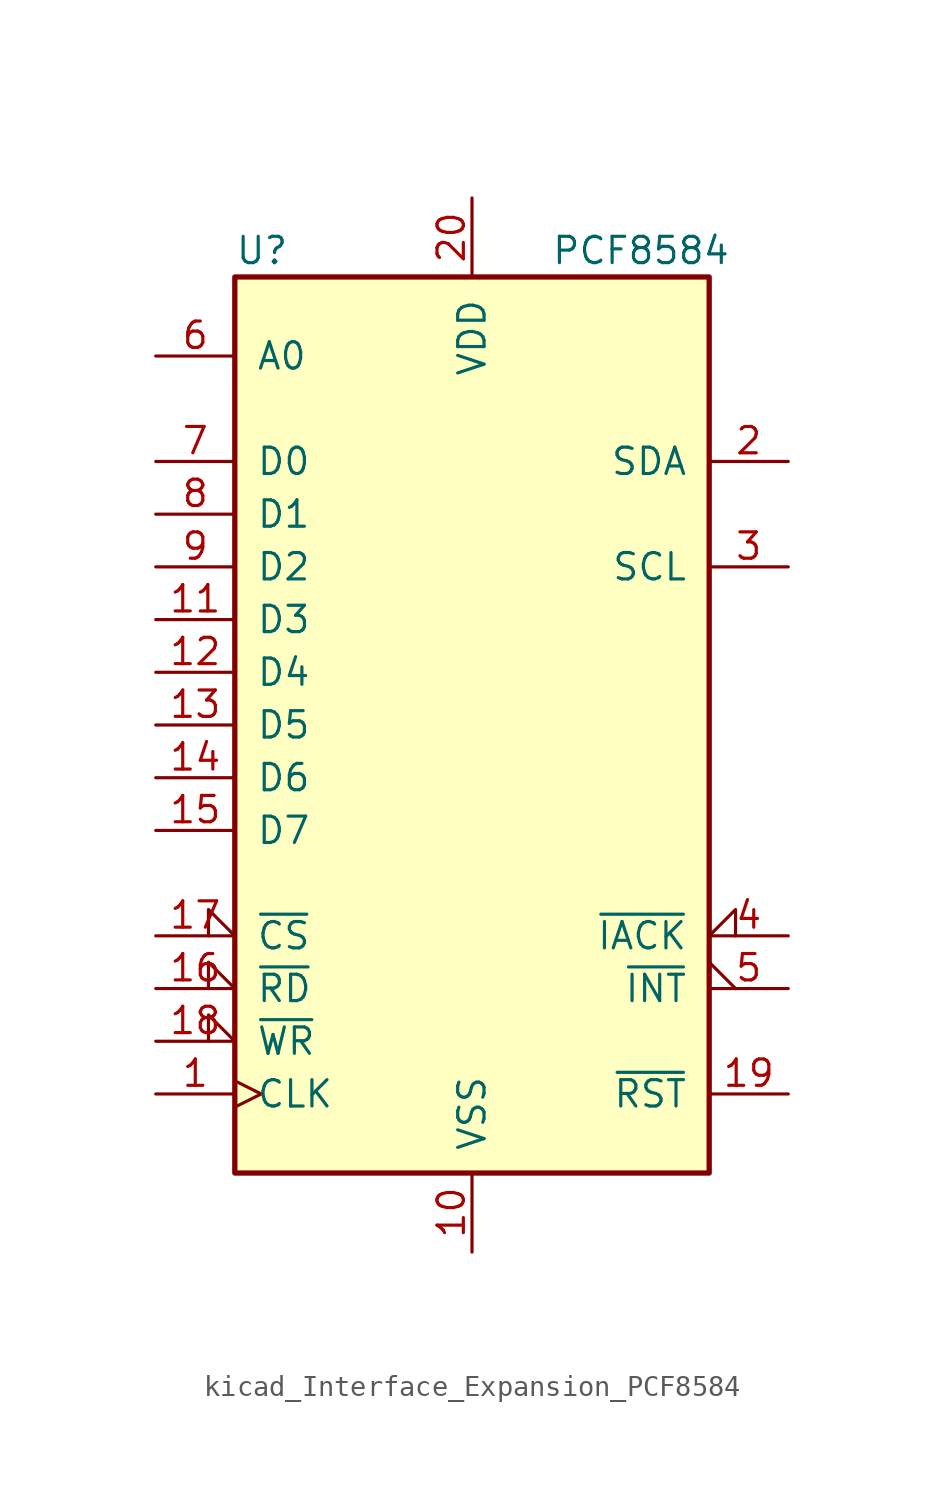
<source format=kicad_sym>
(kicad_symbol_lib
  (version 20220914)
  (generator kicad_symbol_editor)
  (symbol "kicad_Interface_Expansion_PCF8584"
    (pin_names
      (offset 1.016))
    (property "Reference" "U"
      (at -11.43 22.86 0)
      (effects (font (size 1.27 1.27)) (justify left)))
    (property "Value" "PCF8584"
      (at 3.81 22.86 0)
      (effects (font (size 1.27 1.27)) (justify left)))
    (symbol "kicad_Interface_Expansion_PCF8584_0_1"
      (rectangle (start -11.43 -21.59) (end 11.43 21.59) (stroke (width 0.254) (type default)) (fill (type background))))
    (symbol "kicad_Interface_Expansion_PCF8584_1_1"
      (pin input clock (at -15.24 -17.78 0) (length 3.81) (name "CLK" (effects (font (size 1.27 1.27)))) (number "1" (effects (font (size 1.27 1.27)))))
      (pin power_in line (at 0 -25.4 90) (length 3.81) (name "VSS" (effects (font (size 1.27 1.27)))) (number "10" (effects (font (size 1.27 1.27)))))
      (pin tri_state line (at -15.24 5.08 0) (length 3.81) (name "D3" (effects (font (size 1.27 1.27)))) (number "11" (effects (font (size 1.27 1.27)))))
      (pin tri_state line (at -15.24 2.54 0) (length 3.81) (name "D4" (effects (font (size 1.27 1.27)))) (number "12" (effects (font (size 1.27 1.27)))))
      (pin tri_state line (at -15.24 0 0) (length 3.81) (name "D5" (effects (font (size 1.27 1.27)))) (number "13" (effects (font (size 1.27 1.27)))))
      (pin tri_state line (at -15.24 -2.54 0) (length 3.81) (name "D6" (effects (font (size 1.27 1.27)))) (number "14" (effects (font (size 1.27 1.27)))))
      (pin tri_state line (at -15.24 -5.08 0) (length 3.81) (name "D7" (effects (font (size 1.27 1.27)))) (number "15" (effects (font (size 1.27 1.27)))))
      (pin passive input_low (at -15.24 -12.7 0) (length 3.81) (name "~{RD}" (effects (font (size 1.27 1.27)))) (number "16" (effects (font (size 1.27 1.27)))))
      (pin input input_low (at -15.24 -10.16 0) (length 3.81) (name "~{CS}" (effects (font (size 1.27 1.27)))) (number "17" (effects (font (size 1.27 1.27)))))
      (pin input input_low (at -15.24 -15.24 0) (length 3.81) (name "~{WR}" (effects (font (size 1.27 1.27)))) (number "18" (effects (font (size 1.27 1.27)))))
      (pin bidirectional line (at 15.24 -17.78 180) (length 3.81) (name "~{RST}" (effects (font (size 1.27 1.27)))) (number "19" (effects (font (size 1.27 1.27)))))
      (pin bidirectional line (at 15.24 12.7 180) (length 3.81) (name "SDA" (effects (font (size 1.27 1.27)))) (number "2" (effects (font (size 1.27 1.27)))))
      (pin power_in line (at 0 25.4 270) (length 3.81) (name "VDD" (effects (font (size 1.27 1.27)))) (number "20" (effects (font (size 1.27 1.27)))))
      (pin bidirectional line (at 15.24 7.62 180) (length 3.81) (name "SCL" (effects (font (size 1.27 1.27)))) (number "3" (effects (font (size 1.27 1.27)))))
      (pin input input_low (at 15.24 -10.16 180) (length 3.81) (name "~{IACK}" (effects (font (size 1.27 1.27)))) (number "4" (effects (font (size 1.27 1.27)))))
      (pin output output_low (at 15.24 -12.7 180) (length 3.81) (name "~{INT}" (effects (font (size 1.27 1.27)))) (number "5" (effects (font (size 1.27 1.27)))))
      (pin input line (at -15.24 17.78 0) (length 3.81) (name "A0" (effects (font (size 1.27 1.27)))) (number "6" (effects (font (size 1.27 1.27)))))
      (pin tri_state line (at -15.24 12.7 0) (length 3.81) (name "D0" (effects (font (size 1.27 1.27)))) (number "7" (effects (font (size 1.27 1.27)))))
      (pin tri_state line (at -15.24 10.16 0) (length 3.81) (name "D1" (effects (font (size 1.27 1.27)))) (number "8" (effects (font (size 1.27 1.27)))))
      (pin tri_state line (at -15.24 7.62 0) (length 3.81) (name "D2" (effects (font (size 1.27 1.27)))) (number "9" (effects (font (size 1.27 1.27))))))))
</source>
